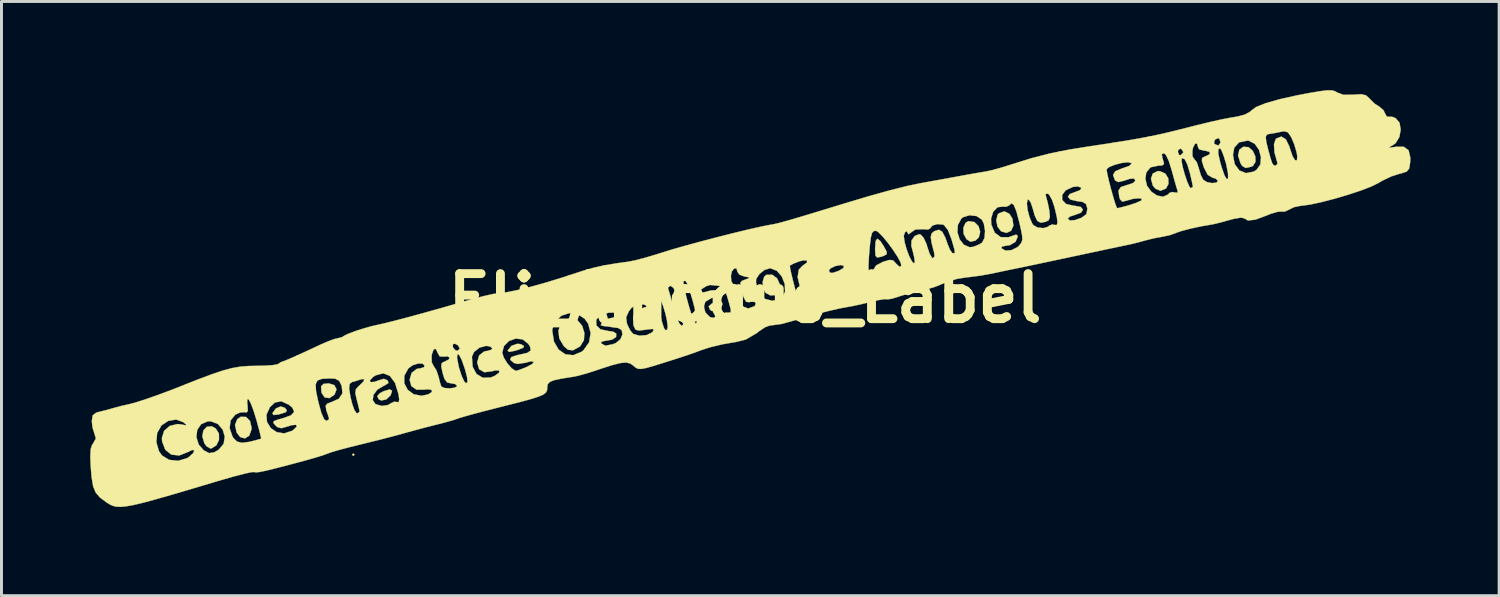
<source format=kicad_pcb>
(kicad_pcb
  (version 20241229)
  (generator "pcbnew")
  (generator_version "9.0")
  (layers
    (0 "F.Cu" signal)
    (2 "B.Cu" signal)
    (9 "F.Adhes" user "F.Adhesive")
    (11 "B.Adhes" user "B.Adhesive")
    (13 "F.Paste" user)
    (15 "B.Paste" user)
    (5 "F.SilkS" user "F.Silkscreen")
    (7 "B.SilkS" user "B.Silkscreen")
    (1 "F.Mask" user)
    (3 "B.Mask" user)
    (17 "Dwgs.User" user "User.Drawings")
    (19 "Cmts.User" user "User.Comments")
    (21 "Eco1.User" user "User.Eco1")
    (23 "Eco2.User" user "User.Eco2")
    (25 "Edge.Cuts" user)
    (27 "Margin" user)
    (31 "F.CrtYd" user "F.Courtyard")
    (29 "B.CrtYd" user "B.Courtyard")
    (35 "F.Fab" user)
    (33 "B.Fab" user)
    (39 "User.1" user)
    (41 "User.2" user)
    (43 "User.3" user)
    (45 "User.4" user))
  (footprint "Eli_Amogus_Label"
    (layer "F.Cu")
    (at 22.154 7.042)
    (property "Reference" "Eli_Amogus_Label" (at 0 0 0) (layer "F.SilkS") (effects (font (size 1.524 1.524) (thickness 0.3))))
    (attr through_hole)
    (fp_poly (pts (xy -13.208 5.292) (xy -13.25 5.334) (xy -13.293 5.292) (xy -13.25 5.249) (xy -13.208 5.292)) (stroke (width 0.01) (type solid)) (fill yes) (layer "F.SilkS"))
    (fp_poly (pts (xy -15.565 3.705) (xy -15.497 3.796) (xy -15.54 3.857) (xy -15.719 3.914) (xy -15.777 3.929) (xy -15.949 3.95) (xy -15.987 3.894) (xy -15.984 3.883) (xy -15.872 3.728) (xy -15.709 3.659) (xy -15.565 3.705)) (stroke (width 0.01) (type solid)) (fill yes) (layer "F.SilkS"))
    (fp_poly (pts (xy -13.891 2.939) (xy -13.818 3.084) (xy -13.886 3.261) (xy -14.059 3.378) (xy -14.222 3.354) (xy -14.325 3.197) (xy -14.329 3.177) (xy -14.342 2.979) (xy -14.256 2.895) (xy -14.08 2.879) (xy -13.891 2.939)) (stroke (width 0.01) (type solid)) (fill yes) (layer "F.SilkS"))
    (fp_poly (pts (xy -11.938 3.127) (xy -11.984 3.272) (xy -11.992 3.285) (xy -12.139 3.423) (xy -12.305 3.458) (xy -12.387 3.418) (xy -12.441 3.31) (xy -12.353 3.211) (xy -12.223 3.143) (xy -12.022 3.082) (xy -11.938 3.127)) (stroke (width 0.01) (type solid)) (fill yes) (layer "F.SilkS"))
    (fp_poly (pts (xy -7.577 1.555) (xy -7.473 1.616) (xy -7.511 1.678) (xy -7.701 1.752) (xy -7.783 1.776) (xy -7.972 1.814) (xy -8.027 1.777) (xy -8.023 1.759) (xy -7.895 1.604) (xy -7.693 1.538) (xy -7.577 1.555)) (stroke (width 0.01) (type solid)) (fill yes) (layer "F.SilkS"))
    (fp_poly (pts (xy -0.777 0.135) (xy -0.762 0.209) (xy -0.828 0.358) (xy -0.976 0.44) (xy -1.134 0.425) (xy -1.182 0.385) (xy -1.228 0.275) (xy -1.127 0.184) (xy -1.112 0.175) (xy -0.889 0.091) (xy -0.777 0.135)) (stroke (width 0.01) (type solid)) (fill yes) (layer "F.SilkS"))
    (fp_poly (pts (xy -16.881 4.014) (xy -16.747 4.148) (xy -16.693 4.373) (xy -16.696 4.438) (xy -16.773 4.651) (xy -16.917 4.74) (xy -17.08 4.695) (xy -17.198 4.541) (xy -17.253 4.284) (xy -17.176 4.087) (xy -17.061 4.01) (xy -16.881 4.014)) (stroke (width 0.01) (type solid)) (fill yes) (layer "F.SilkS"))
    (fp_poly (pts (xy 7.762 -2.58) (xy 7.901 -2.442) (xy 7.958 -2.251) (xy 7.913 -2.061) (xy 7.795 -1.95) (xy 7.627 -1.914) (xy 7.494 -2) (xy 7.397 -2.18) (xy 7.389 -2.386) (xy 7.463 -2.553) (xy 7.561 -2.61) (xy 7.762 -2.58)) (stroke (width 0.01) (type solid)) (fill yes) (layer "F.SilkS"))
    (fp_poly (pts (xy 8.947 -2.859) (xy 9.051 -2.69) (xy 9.082 -2.455) (xy 9.004 -2.284) (xy 8.849 -2.212) (xy 8.664 -2.267) (xy 8.544 -2.422) (xy 8.502 -2.635) (xy 8.547 -2.825) (xy 8.587 -2.873) (xy 8.774 -2.942) (xy 8.947 -2.859)) (stroke (width 0.01) (type solid)) (fill yes) (layer "F.SilkS"))
    (fp_poly (pts (xy -17.903 4.406) (xy -17.796 4.581) (xy -17.795 4.792) (xy -17.884 4.977) (xy -18.045 5.076) (xy -18.09 5.08) (xy -18.21 5.013) (xy -18.29 4.906) (xy -18.36 4.669) (xy -18.323 4.47) (xy -18.206 4.346) (xy -18.038 4.331) (xy -17.903 4.406)) (stroke (width 0.01) (type solid)) (fill yes) (layer "F.SilkS"))
    (fp_poly (pts (xy 1.087 -0.676) (xy 1.178 -0.474) (xy 1.163 -0.236) (xy 1.155 -0.212) (xy 1.038 -0.105) (xy 0.857 -0.098) (xy 0.694 -0.186) (xy 0.612 -0.352) (xy 0.599 -0.56) (xy 0.653 -0.734) (xy 0.72 -0.793) (xy 0.923 -0.797) (xy 1.087 -0.676)) (stroke (width 0.01) (type solid)) (fill yes) (layer "F.SilkS"))
    (fp_poly (pts (xy 4.58 -1.937) (xy 4.689 -1.772) (xy 4.792 -1.585) (xy 4.795 -1.489) (xy 4.685 -1.431) (xy 4.593 -1.402) (xy 4.472 -1.38) (xy 4.417 -1.44) (xy 4.403 -1.621) (xy 4.403 -1.688) (xy 4.421 -1.934) (xy 4.478 -2.017) (xy 4.58 -1.937)) (stroke (width 0.01) (type solid)) (fill yes) (layer "F.SilkS"))
    (fp_poly (pts (xy 14.037 -4.302) (xy 14.224 -4.218) (xy 14.322 -4.057) (xy 14.329 -3.871) (xy 14.246 -3.715) (xy 14.07 -3.641) (xy 14.047 -3.641) (xy 13.887 -3.709) (xy 13.799 -3.813) (xy 13.736 -4.045) (xy 13.798 -4.222) (xy 13.964 -4.303) (xy 14.037 -4.302)) (stroke (width 0.01) (type solid)) (fill yes) (layer "F.SilkS"))
    (fp_poly (pts (xy 17.038 -5.113) (xy 17.18 -4.99) (xy 17.265 -4.808) (xy 17.275 -4.62) (xy 17.186 -4.479) (xy 17.138 -4.454) (xy 16.944 -4.408) (xy 16.823 -4.477) (xy 16.767 -4.566) (xy 16.683 -4.827) (xy 16.727 -5.028) (xy 16.863 -5.127) (xy 17.038 -5.113)) (stroke (width 0.01) (type solid)) (fill yes) (layer "F.SilkS"))
    (fp_poly (pts (xy -5.66 0.75) (xy -5.507 0.932) (xy -5.432 1.173) (xy -5.449 1.419) (xy -5.573 1.62) (xy -5.607 1.646) (xy -5.822 1.761) (xy -5.987 1.741) (xy -6.129 1.619) (xy -6.28 1.363) (xy -6.312 1.099) (xy -6.235 0.869) (xy -6.062 0.716) (xy -5.876 0.677) (xy -5.66 0.75)) (stroke (width 0.01) (type solid)) (fill yes) (layer "F.SilkS"))
    (fp_poly (pts (xy 19.866 -7.035) (xy 19.977 -7) (xy 20.032 -6.965) (xy 20.25 -6.884) (xy 20.59 -6.889) (xy 20.592 -6.889) (xy 20.852 -6.905) (xy 21.01 -6.868) (xy 21.129 -6.76) (xy 21.143 -6.743) (xy 21.31 -6.58) (xy 21.45 -6.493) (xy 21.601 -6.367) (xy 21.65 -6.266) (xy 21.714 -6.15) (xy 21.767 -6.143) (xy 21.891 -6.143) (xy 22.016 -6.094) (xy 22.146 -5.94) (xy 22.185 -5.708) (xy 22.141 -5.458) (xy 22.018 -5.253) (xy 21.929 -5.185) (xy 21.801 -5.114) (xy 21.809 -5.095) (xy 21.966 -5.117) (xy 22.019 -5.126) (xy 22.292 -5.126) (xy 22.453 -5.007) (xy 22.511 -4.758) (xy 22.506 -4.602) (xy 22.474 -4.393) (xy 22.389 -4.286) (xy 22.2 -4.225) (xy 22.144 -4.213) (xy 21.87 -4.124) (xy 21.559 -3.977) (xy 21.425 -3.897) (xy 21.19 -3.781) (xy 20.835 -3.645) (xy 20.404 -3.503) (xy 19.943 -3.367) (xy 19.495 -3.251) (xy 19.108 -3.168) (xy 18.825 -3.131) (xy 18.801 -3.13) (xy 18.568 -3.081) (xy 18.428 -3.009) (xy 18.26 -2.932) (xy 18.159 -2.934) (xy 18.021 -2.926) (xy 17.795 -2.86) (xy 17.648 -2.801) (xy 17.272 -2.661) (xy 17.02 -2.632) (xy 16.894 -2.704) (xy 16.787 -2.729) (xy 16.561 -2.694) (xy 16.402 -2.652) (xy 16.119 -2.573) (xy 15.881 -2.514) (xy 15.79 -2.496) (xy 15.446 -2.437) (xy 15.096 -2.362) (xy 14.793 -2.284) (xy 14.594 -2.217) (xy 14.572 -2.206) (xy 14.379 -2.137) (xy 14.132 -2.085) (xy 14.13 -2.084) (xy 13.837 -2.03) (xy 13.547 -1.958) (xy 13.281 -1.885) (xy 13.046 -1.828) (xy 13.039 -1.827) (xy 12.892 -1.796) (xy 12.609 -1.736) (xy 12.22 -1.654) (xy 11.754 -1.555) (xy 11.243 -1.445) (xy 11.218 -1.44) (xy 10.686 -1.327) (xy 10.182 -1.22) (xy 9.74 -1.127) (xy 9.395 -1.054) (xy 9.186 -1.011) (xy 8.826 -0.937) (xy 8.443 -0.856) (xy 8.34 -0.834) (xy 7.989 -0.77) (xy 7.621 -0.721) (xy 7.515 -0.711) (xy 7.189 -0.66) (xy 6.87 -0.569) (xy 6.795 -0.539) (xy 6.557 -0.436) (xy 6.386 -0.371) (xy 6.205 -0.322) (xy 5.939 -0.264) (xy 5.927 -0.261) (xy 5.593 -0.177) (xy 5.253 -0.075) (xy 5.193 -0.054) (xy 4.972 0.014) (xy 4.826 0.037) (xy 4.801 0.031) (xy 4.704 0.03) (xy 4.493 0.066) (xy 4.247 0.123) (xy 3.931 0.201) (xy 3.646 0.262) (xy 3.497 0.289) (xy 3.224 0.339) (xy 2.85 0.424) (xy 2.432 0.53) (xy 2.033 0.641) (xy 1.778 0.72) (xy 1.243 0.868) (xy 0.828 0.925) (xy 0.677 0.982) (xy 0.474 1.117) (xy 0.405 1.174) (xy 0.028 1.396) (xy -0.296 1.476) (xy -0.752 1.555) (xy -1.18 1.657) (xy -1.515 1.766) (xy -1.566 1.787) (xy -1.713 1.842) (xy -1.981 1.934) (xy -2.331 2.049) (xy -2.666 2.155) (xy -3.065 2.28) (xy -3.337 2.357) (xy -3.512 2.39) (xy -3.623 2.384) (xy -3.704 2.342) (xy -3.767 2.287) (xy -3.878 2.207) (xy -4.015 2.173) (xy -4.209 2.19) (xy -4.489 2.26) (xy -4.887 2.388) (xy -5.038 2.44) (xy -5.353 2.541) (xy -5.642 2.62) (xy -5.8 2.653) (xy -6.197 2.716) (xy -6.455 2.771) (xy -6.603 2.83) (xy -6.671 2.905) (xy -6.689 3.008) (xy -6.689 3.017) (xy -6.695 3.109) (xy -6.73 3.185) (xy -6.814 3.253) (xy -6.969 3.322) (xy -7.216 3.402) (xy -7.577 3.501) (xy -8.073 3.627) (xy -8.297 3.684) (xy -8.743 3.797) (xy -9.14 3.902) (xy -9.455 3.989) (xy -9.654 4.048) (xy -9.694 4.063) (xy -9.863 4.12) (xy -10.134 4.197) (xy -10.414 4.269) (xy -10.802 4.367) (xy -11.242 4.485) (xy -11.557 4.572) (xy -11.905 4.667) (xy -12.347 4.782) (xy -12.812 4.898) (xy -13.039 4.953) (xy -13.422 5.048) (xy -13.757 5.138) (xy -14.001 5.21) (xy -14.097 5.245) (xy -14.256 5.304) (xy -14.528 5.389) (xy -14.859 5.483) (xy -14.944 5.506) (xy -15.499 5.654) (xy -15.914 5.761) (xy -16.208 5.833) (xy -16.405 5.874) (xy -16.525 5.889) (xy -16.591 5.884) (xy -16.608 5.876) (xy -16.708 5.885) (xy -16.939 5.936) (xy -17.271 6.022) (xy -17.672 6.136) (xy -17.84 6.185) (xy -18.664 6.431) (xy -19.343 6.632) (xy -19.892 6.789) (xy -20.329 6.908) (xy -20.669 6.99) (xy -20.93 7.038) (xy -21.128 7.057) (xy -21.279 7.049) (xy -21.4 7.017) (xy -21.507 6.964) (xy -21.608 6.9) (xy -21.824 6.739) (xy -21.966 6.575) (xy -22.053 6.363) (xy -22.104 6.061) (xy -22.133 5.712) (xy -22.149 5.348) (xy -22.137 5.111) (xy -22.091 4.963) (xy -22.046 4.9) (xy -22.03 4.869) (xy -19.914 4.869) (xy -19.826 5.173) (xy -19.724 5.318) (xy -19.481 5.466) (xy -19.177 5.498) (xy -18.879 5.411) (xy -18.815 5.372) (xy -18.668 5.238) (xy -18.631 5.147) (xy -18.701 5.13) (xy -18.835 5.197) (xy -19.138 5.318) (xy -19.408 5.289) (xy -19.612 5.125) (xy -19.719 4.846) (xy -19.727 4.724) (xy -19.719 4.699) (xy -18.56 4.699) (xy -18.48 4.95) (xy -18.31 5.144) (xy -18.128 5.238) (xy -17.948 5.208) (xy -17.799 5.118) (xy -17.636 4.919) (xy -17.6 4.677) (xy -17.671 4.44) (xy -17.708 4.397) (xy -17.435 4.397) (xy -17.336 4.681) (xy -17.304 4.731) (xy -17.184 4.848) (xy -17.018 4.889) (xy -16.764 4.856) (xy -16.51 4.791) (xy -16.389 4.755) (xy -16.368 4.748) (xy -16.382 4.67) (xy -16.433 4.469) (xy -16.509 4.186) (xy -16.525 4.128) (xy -16.583 3.939) (xy -16.19 3.939) (xy -16.17 4.185) (xy -16.043 4.391) (xy -15.839 4.53) (xy -15.59 4.57) (xy -15.325 4.484) (xy -15.277 4.452) (xy -15.161 4.336) (xy -15.188 4.28) (xy -15.34 4.294) (xy -15.478 4.338) (xy -15.681 4.395) (xy -15.813 4.363) (xy -15.888 4.299) (xy -15.959 4.211) (xy -15.933 4.153) (xy -15.784 4.098) (xy -15.635 4.059) (xy -15.36 3.96) (xy -15.252 3.843) (xy -15.31 3.703) (xy -15.428 3.603) (xy -15.684 3.484) (xy -15.903 3.526) (xy -16.072 3.684) (xy -16.19 3.939) (xy -16.583 3.939) (xy -16.628 3.792) (xy -16.721 3.55) (xy -16.793 3.417) (xy -16.836 3.41) (xy -16.84 3.543) (xy -16.83 3.623) (xy -16.819 3.81) (xy -16.866 3.866) (xy -16.917 3.854) (xy -17.075 3.862) (xy -17.242 3.937) (xy -17.403 4.133) (xy -17.435 4.397) (xy -17.708 4.397) (xy -17.833 4.253) (xy -18.066 4.163) (xy -18.173 4.163) (xy -18.399 4.259) (xy -18.531 4.453) (xy -18.56 4.699) (xy -19.719 4.699) (xy -19.653 4.486) (xy -19.461 4.318) (xy -19.2 4.254) (xy -19.072 4.268) (xy -18.915 4.298) (xy -18.907 4.271) (xy -19.008 4.189) (xy -19.245 4.102) (xy -19.515 4.149) (xy -19.742 4.302) (xy -19.887 4.557) (xy -19.914 4.869) (xy -22.03 4.869) (xy -21.961 4.741) (xy -22.007 4.585) (xy -22.074 4.373) (xy -22.098 4.156) (xy -22.069 3.962) (xy -21.95 3.869) (xy -21.865 3.846) (xy -21.608 3.782) (xy -21.364 3.713) (xy -21.093 3.64) (xy -20.864 3.59) (xy -20.636 3.531) (xy -20.291 3.421) (xy -19.866 3.272) (xy -19.401 3.099) (xy -19.092 2.978) (xy -18.923 2.91) (xy -14.526 2.91) (xy -14.511 3.143) (xy -14.435 3.505) (xy -14.332 3.879) (xy -14.238 4.091) (xy -14.16 4.149) (xy -14.073 4.094) (xy -14.076 4.043) (xy -14.166 3.782) (xy -14.185 3.634) (xy -14.126 3.559) (xy -14.021 3.523) (xy -13.742 3.402) (xy -13.618 3.214) (xy -13.634 3.058) (xy -13.393 3.058) (xy -13.346 3.34) (xy -13.287 3.577) (xy -13.214 3.78) (xy -13.138 3.889) (xy -13.12 3.895) (xy -13.041 3.844) (xy -13.039 3.831) (xy -13.06 3.716) (xy -13.113 3.506) (xy -13.133 3.433) (xy -13.183 3.208) (xy -13.162 3.074) (xy -13.06 2.963) (xy -13.047 2.953) (xy -12.904 2.813) (xy -12.894 2.778) (xy -12.691 2.778) (xy -12.665 2.839) (xy -12.522 2.825) (xy -12.412 2.783) (xy -12.217 2.724) (xy -12.093 2.775) (xy -12.091 2.776) (xy -12.059 2.864) (xy -12.177 2.941) (xy -12.203 2.951) (xy -12.439 3.092) (xy -12.57 3.269) (xy -12.592 3.445) (xy -12.501 3.581) (xy -12.293 3.64) (xy -12.276 3.641) (xy -12.081 3.612) (xy -11.977 3.55) (xy -11.862 3.497) (xy -11.793 3.509) (xy -11.714 3.514) (xy -11.697 3.419) (xy -11.723 3.24) (xy -11.835 2.875) (xy -11.526 2.875) (xy -11.411 3.095) (xy -11.207 3.247) (xy -10.94 3.298) (xy -10.717 3.251) (xy -10.589 3.168) (xy -10.605 3.099) (xy -10.741 3.077) (xy -10.841 3.091) (xy -11.112 3.092) (xy -11.288 2.969) (xy -11.345 2.758) (xy -11.278 2.523) (xy -11.101 2.388) (xy -10.99 2.371) (xy -10.862 2.332) (xy -10.837 2.286) (xy -10.902 2.211) (xy -11.056 2.207) (xy -11.239 2.264) (xy -11.385 2.368) (xy -11.526 2.621) (xy -11.526 2.875) (xy -11.835 2.875) (xy -11.838 2.863) (xy -12.014 2.626) (xy -12.236 2.537) (xy -12.493 2.606) (xy -12.578 2.66) (xy -12.691 2.778) (xy -12.894 2.778) (xy -12.881 2.733) (xy -12.981 2.737) (xy -13.018 2.751) (xy -13.215 2.815) (xy -13.293 2.833) (xy -13.375 2.896) (xy -13.393 3.058) (xy -13.634 3.058) (xy -13.644 2.962) (xy -13.729 2.791) (xy -13.863 2.721) (xy -14.042 2.711) (xy -14.306 2.724) (xy -14.462 2.781) (xy -14.526 2.91) (xy -18.923 2.91) (xy -18.499 2.743) (xy -18.032 2.568) (xy -17.659 2.443) (xy -17.35 2.361) (xy -17.077 2.313) (xy -16.807 2.291) (xy -16.561 2.286) (xy -16.231 2.279) (xy -15.967 2.26) (xy -15.815 2.232) (xy -15.797 2.223) (xy -15.689 2.154) (xy -15.677 2.152) (xy -15.561 2.111) (xy -15.317 2.007) (xy -15.187 1.949) (xy -10.602 1.949) (xy -10.596 2.167) (xy -10.532 2.293) (xy -10.44 2.435) (xy -10.367 2.651) (xy -10.367 2.652) (xy -10.316 2.857) (xy -10.273 2.983) (xy -10.272 2.985) (xy -10.17 3.034) (xy -9.997 3.047) (xy -9.828 3.026) (xy -9.738 2.973) (xy -9.737 2.963) (xy -9.809 2.899) (xy -9.938 2.879) (xy -10.077 2.848) (xy -10.167 2.726) (xy -10.228 2.53) (xy -10.275 2.308) (xy -10.262 2.197) (xy -10.178 2.146) (xy -10.153 2.139) (xy -10.02 2.068) (xy -9.991 2.012) (xy -9.998 2.007) (xy -9.741 2.007) (xy -9.692 2.274) (xy -9.669 2.366) (xy -9.583 2.633) (xy -9.495 2.818) (xy -9.431 2.879) (xy -9.386 2.826) (xy -9.405 2.656) (xy -9.473 2.398) (xy -9.582 2.086) (xy -9.64 1.975) (xy -9.238 1.975) (xy -9.214 2.315) (xy -9.083 2.56) (xy -8.87 2.688) (xy -8.6 2.679) (xy -8.461 2.622) (xy -8.314 2.511) (xy -8.319 2.441) (xy -8.459 2.442) (xy -8.553 2.469) (xy -8.816 2.502) (xy -8.992 2.401) (xy -9.059 2.179) (xy -9.059 2.166) (xy -8.992 1.93) (xy -8.87 1.837) (xy -8.213 1.837) (xy -8.162 2.002) (xy -8.04 2.2) (xy -7.892 2.37) (xy -7.762 2.454) (xy -7.748 2.455) (xy -7.646 2.426) (xy -7.452 2.352) (xy -7.393 2.327) (xy -7.192 2.22) (xy -7.145 2.147) (xy -7.244 2.133) (xy -7.432 2.182) (xy -7.693 2.222) (xy -7.817 2.188) (xy -7.945 2.079) (xy -7.906 1.99) (xy -7.698 1.92) (xy -7.62 1.905) (xy -7.36 1.845) (xy -7.249 1.765) (xy -7.268 1.641) (xy -7.332 1.538) (xy -7.522 1.389) (xy -7.756 1.363) (xy -7.983 1.444) (xy -8.152 1.614) (xy -8.213 1.837) (xy -8.87 1.837) (xy -8.815 1.795) (xy -8.704 1.778) (xy -8.576 1.739) (xy -8.551 1.693) (xy -8.624 1.629) (xy -8.757 1.609) (xy -8.981 1.669) (xy -9.164 1.815) (xy -9.238 1.975) (xy -9.64 1.975) (xy -9.672 1.915) (xy -9.729 1.888) (xy -9.741 2.007) (xy -9.998 2.007) (xy -10.058 1.964) (xy -10.169 1.974) (xy -10.326 1.967) (xy -10.391 1.857) (xy -10.459 1.712) (xy -10.532 1.727) (xy -10.592 1.894) (xy -10.602 1.949) (xy -15.187 1.949) (xy -14.968 1.85) (xy -14.539 1.651) (xy -9.884 1.651) (xy -9.803 1.752) (xy -9.732 1.778) (xy -9.654 1.714) (xy -9.652 1.698) (xy -9.708 1.591) (xy -9.819 1.535) (xy -9.878 1.552) (xy -9.884 1.651) (xy -14.539 1.651) (xy -14.538 1.651) (xy -14.376 1.574) (xy -14.107 1.457) (xy -13.889 1.377) (xy -13.788 1.355) (xy -13.622 1.309) (xy -13.585 1.282) (xy -13.457 1.215) (xy -13.22 1.124) (xy -13.165 1.106) (xy -6.519 1.106) (xy -6.461 1.467) (xy -6.304 1.736) (xy -6.077 1.894) (xy -5.81 1.925) (xy -5.532 1.811) (xy -5.463 1.757) (xy -5.274 1.491) (xy -5.22 1.174) (xy -5.305 0.858) (xy -5.392 0.736) (xy -5.032 0.736) (xy -5.027 0.916) (xy -4.889 1.049) (xy -4.652 1.101) (xy -4.651 1.101) (xy -4.457 1.131) (xy -4.354 1.195) (xy -4.36 1.309) (xy -4.494 1.399) (xy -4.715 1.438) (xy -4.725 1.438) (xy -4.856 1.469) (xy -4.868 1.524) (xy -4.725 1.603) (xy -4.473 1.555) (xy -4.364 1.51) (xy -4.212 1.385) (xy -4.145 1.221) (xy -4.171 1.075) (xy -4.296 1.003) (xy -4.297 1.003) (xy -4.473 0.981) (xy -4.53 0.971) (xy -4.682 0.949) (xy -4.773 0.941) (xy -4.88 0.912) (xy -4.839 0.821) (xy -4.826 0.804) (xy -4.662 0.696) (xy -4.567 0.677) (xy -4.445 0.648) (xy -4.021 0.648) (xy -3.991 0.857) (xy -3.976 0.897) (xy -3.879 1.091) (xy -3.784 1.203) (xy -3.573 1.265) (xy -3.33 1.246) (xy -3.144 1.155) (xy -3.13 1.14) (xy -3.082 1.062) (xy -3.136 1.037) (xy -3.323 1.058) (xy -3.37 1.065) (xy -3.592 1.092) (xy -3.704 1.06) (xy -3.76 0.945) (xy -3.776 0.886) (xy -3.781 0.606) (xy -3.641 0.411) (xy -3.463 0.331) (xy -3.33 0.285) (xy -3.35 0.242) (xy -3.408 0.214) (xy -3.635 0.19) (xy -3.842 0.328) (xy -3.934 0.45) (xy -4.021 0.648) (xy -4.445 0.648) (xy -4.417 0.641) (xy -4.353 0.563) (xy -4.411 0.49) (xy -4.423 0.486) (xy -4.61 0.486) (xy -4.829 0.562) (xy -4.996 0.681) (xy -5.032 0.736) (xy -5.392 0.736) (xy -5.422 0.693) (xy -5.668 0.533) (xy -5.946 0.503) (xy -6.209 0.589) (xy -6.414 0.772) (xy -6.515 1.036) (xy -6.519 1.106) (xy -13.165 1.106) (xy -12.928 1.028) (xy -12.636 0.945) (xy -12.446 0.902) (xy -12.196 0.846) (xy -11.818 0.751) (xy -11.347 0.627) (xy -10.818 0.482) (xy -10.264 0.327) (xy -9.721 0.17) (xy -9.602 0.134) (xy -9.296 0.047) (xy -2.953 0.047) (xy -2.95 0.205) (xy -2.888 0.494) (xy -2.874 0.55) (xy -2.793 0.848) (xy -2.737 1.013) (xy -2.692 1.076) (xy -2.643 1.069) (xy -2.634 1.064) (xy -2.613 0.962) (xy -2.64 0.744) (xy -2.694 0.508) (xy -2.775 0.244) (xy -2.849 0.06) (xy -2.897 0) (xy -2.953 0.047) (xy -9.296 0.047) (xy -9.191 0.017) (xy -8.82 -0.079) (xy -8.531 -0.144) (xy -8.362 -0.169) (xy -8.359 -0.169) (xy -8.102 -0.197) (xy -8.101 -0.197) (xy -3.097 -0.197) (xy -3.029 -0.105) (xy -2.958 -0.085) (xy -2.88 -0.141) (xy -2.879 -0.155) (xy -2.934 -0.278) (xy -3.049 -0.295) (xy -3.061 -0.288) (xy -3.097 -0.197) (xy -8.101 -0.197) (xy -7.72 -0.273) (xy -7.332 -0.368) (xy -2.602 -0.368) (xy -2.597 -0.318) (xy -2.555 -0.186) (xy -2.485 0.056) (xy -2.402 0.358) (xy -2.402 0.36) (xy -2.312 0.643) (xy -2.221 0.847) (xy -2.148 0.931) (xy -2.144 0.931) (xy -2.092 0.891) (xy -2.105 0.75) (xy -2.167 0.529) (xy -2.254 0.226) (xy -2.325 -0.062) (xy -2.343 -0.148) (xy -2.413 -0.346) (xy -2.515 -0.423) (xy -2.516 -0.423) (xy -2.602 -0.368) (xy -7.332 -0.368) (xy -7.245 -0.39) (xy -6.709 -0.539) (xy -6.601 -0.573) (xy -2.08 -0.573) (xy -2.078 -0.479) (xy -2.036 -0.271) (xy -1.969 0.004) (xy -1.887 0.298) (xy -1.805 0.563) (xy -1.734 0.754) (xy -1.711 0.8) (xy -1.651 0.858) (xy -1.631 0.778) (xy -1.651 0.585) (xy -1.709 0.306) (xy -1.769 0.078) (xy -1.857 -0.223) (xy -1.518 -0.223) (xy -1.435 -0.195) (xy -1.333 -0.216) (xy -1.165 -0.262) (xy -1.05 -0.272) (xy -0.953 -0.264) (xy -0.851 -0.22) (xy -0.891 -0.138) (xy -1.06 -0.042) (xy -1.1 -0.026) (xy -1.336 0.115) (xy -1.413 0.291) (xy -1.328 0.49) (xy -1.309 0.511) (xy -1.182 0.637) (xy -1.074 0.661) (xy -0.912 0.59) (xy -0.851 0.556) (xy -0.662 0.485) (xy -0.535 0.483) (xy -0.48 0.474) (xy -0.484 0.363) (xy -0.548 0.122) (xy -0.551 0.114) (xy -0.622 -0.124) (xy -0.668 -0.283) (xy -0.676 -0.32) (xy -0.746 -0.363) (xy -0.889 -0.423) (xy -1.181 -0.451) (xy -1.313 -0.408) (xy -1.475 -0.305) (xy -1.518 -0.223) (xy -1.857 -0.223) (xy -1.873 -0.276) (xy -1.949 -0.489) (xy -2.008 -0.585) (xy -2.061 -0.589) (xy -2.08 -0.573) (xy -6.601 -0.573) (xy -6.147 -0.712) (xy -5.997 -0.762) (xy -0.475 -0.762) (xy -0.463 -0.584) (xy -0.421 -0.508) (xy -0.42 -0.508) (xy -0.355 -0.436) (xy -0.305 -0.3) (xy -0.187 0.07) (xy -0.053 0.282) (xy 0.11 0.345) (xy 0.313 0.271) (xy 0.327 0.263) (xy 0.384 0.18) (xy 0.32 0.121) (xy 0.182 0.121) (xy 0.141 0.134) (xy 0.038 0.118) (xy -0.046 -0.036) (xy -0.078 -0.141) (xy -0.144 -0.389) (xy -0.155 -0.522) (xy -0.144 -0.537) (xy 0.374 -0.537) (xy 0.419 -0.351) (xy 0.423 -0.295) (xy 0.497 -0.112) (xy 0.679 0.02) (xy 0.912 0.082) (xy 1.139 0.056) (xy 1.253 -0.017) (xy 1.356 -0.225) (xy 1.347 -0.483) (xy 1.247 -0.736) (xy 1.079 -0.931) (xy 0.863 -1.016) (xy 0.847 -1.016) (xy 0.66 -0.958) (xy 0.488 -0.82) (xy 0.38 -0.654) (xy 0.374 -0.537) (xy -0.144 -0.537) (xy -0.103 -0.589) (xy 0.021 -0.637) (xy 0.145 -0.685) (xy 0.119 -0.713) (xy -0.021 -0.737) (xy -0.191 -0.802) (xy -0.254 -0.895) (xy -0.289 -1.013) (xy -0.366 -1.009) (xy -0.442 -0.91) (xy -0.475 -0.762) (xy -5.997 -0.762) (xy -5.927 -0.785) (xy -5.482 -0.93) (xy -5.118 -1.034) (xy -4.821 -1.101) (xy 1.518 -1.101) (xy 1.531 -1.003) (xy 1.575 -0.8) (xy 1.636 -0.552) (xy 1.699 -0.315) (xy 1.739 -0.185) (xy 1.819 -0.114) (xy 1.859 -0.125) (xy 1.897 -0.243) (xy 1.859 -0.39) (xy 1.782 -0.719) (xy 1.816 -0.928) (xy 2.839 -0.928) (xy 2.841 -0.923) (xy 2.89 -0.862) (xy 2.967 -0.859) (xy 3.13 -0.914) (xy 3.175 -0.931) (xy 3.333 -1.023) (xy 3.342 -1.076) (xy 4.178 -1.076) (xy 4.188 -0.849) (xy 4.223 -0.762) (xy 4.225 -0.762) (xy 4.3 -0.834) (xy 4.333 -0.944) (xy 4.437 -1.113) (xy 4.676 -1.236) (xy 4.888 -1.298) (xy 5.008 -1.286) (xy 5.101 -1.19) (xy 5.112 -1.174) (xy 5.225 -1.068) (xy 5.289 -1.096) (xy 5.269 -1.204) (xy 5.166 -1.399) (xy 5.008 -1.64) (xy 4.825 -1.89) (xy 4.645 -2.106) (xy 4.64 -2.111) (xy 5.372 -2.111) (xy 5.404 -1.89) (xy 5.469 -1.661) (xy 5.563 -1.409) (xy 5.653 -1.243) (xy 5.72 -1.179) (xy 5.748 -1.233) (xy 5.72 -1.418) (xy 5.665 -1.64) (xy 5.626 -1.782) (xy 5.638 -1.96) (xy 5.743 -2.108) (xy 5.891 -2.168) (xy 5.941 -2.158) (xy 6.044 -2.049) (xy 6.142 -1.837) (xy 6.173 -1.73) (xy 6.248 -1.506) (xy 6.329 -1.372) (xy 6.361 -1.355) (xy 6.416 -1.422) (xy 6.4 -1.545) (xy 6.315 -1.869) (xy 6.286 -2.072) (xy 6.314 -2.192) (xy 6.4 -2.267) (xy 6.417 -2.276) (xy 6.561 -2.319) (xy 6.673 -2.253) (xy 6.777 -2.058) (xy 6.854 -1.841) (xy 6.936 -1.64) (xy 7.016 -1.531) (xy 7.034 -1.524) (xy 7.085 -1.527) (xy 7.103 -1.56) (xy 7.084 -1.663) (xy 7.024 -1.874) (xy 6.983 -2.011) (xy 6.896 -2.233) (xy 7.189 -2.233) (xy 7.263 -1.995) (xy 7.407 -1.812) (xy 7.601 -1.728) (xy 7.73 -1.742) (xy 7.928 -1.824) (xy 8.022 -1.883) (xy 8.104 -2.04) (xy 8.123 -2.278) (xy 8.082 -2.524) (xy 8.016 -2.661) (xy 7.965 -2.695) (xy 8.326 -2.695) (xy 8.334 -2.497) (xy 8.451 -2.219) (xy 8.655 -2.069) (xy 8.917 -2.065) (xy 9.017 -2.101) (xy 9.173 -2.155) (xy 9.227 -2.115) (xy 9.229 -2.089) (xy 9.154 -1.911) (xy 8.964 -1.798) (xy 8.826 -1.778) (xy 8.692 -1.749) (xy 8.678 -1.693) (xy 8.813 -1.615) (xy 9.015 -1.629) (xy 9.214 -1.726) (xy 9.273 -1.78) (xy 9.349 -1.876) (xy 9.384 -1.977) (xy 9.376 -2.128) (xy 9.328 -2.372) (xy 9.279 -2.584) (xy 9.182 -2.947) (xy 9.098 -3.153) (xy 9.027 -3.208) (xy 9.537 -3.208) (xy 9.563 -2.991) (xy 9.627 -2.746) (xy 9.715 -2.538) (xy 9.756 -2.477) (xy 9.901 -2.394) (xy 10.097 -2.374) (xy 10.255 -2.421) (xy 10.285 -2.452) (xy 10.395 -2.498) (xy 10.459 -2.485) (xy 10.545 -2.477) (xy 10.575 -2.556) (xy 10.552 -2.747) (xy 10.475 -3.074) (xy 10.472 -3.085) (xy 10.389 -3.331) (xy 10.299 -3.494) (xy 10.731 -3.494) (xy 10.736 -3.326) (xy 10.866 -3.191) (xy 11.118 -3.133) (xy 11.137 -3.133) (xy 11.358 -3.093) (xy 11.436 -3.001) (xy 11.368 -2.896) (xy 11.176 -2.824) (xy 10.998 -2.767) (xy 10.922 -2.7) (xy 10.922 -2.699) (xy 10.99 -2.632) (xy 11.167 -2.646) (xy 11.388 -2.725) (xy 11.552 -2.846) (xy 11.584 -3.028) (xy 11.582 -3.042) (xy 11.539 -3.19) (xy 11.419 -3.261) (xy 11.239 -3.286) (xy 11.01 -3.34) (xy 10.925 -3.431) (xy 10.991 -3.529) (xy 11.177 -3.598) (xy 11.337 -3.66) (xy 11.382 -3.734) (xy 11.379 -3.739) (xy 11.268 -3.784) (xy 11.103 -3.77) (xy 10.853 -3.656) (xy 10.731 -3.494) (xy 10.299 -3.494) (xy 10.296 -3.5) (xy 10.248 -3.541) (xy 10.171 -3.527) (xy 10.189 -3.433) (xy 10.239 -3.254) (xy 10.29 -3.005) (xy 10.297 -2.965) (xy 10.317 -2.747) (xy 10.274 -2.637) (xy 10.17 -2.586) (xy 10.003 -2.557) (xy 9.89 -2.619) (xy 9.803 -2.801) (xy 9.743 -3.017) (xy 9.666 -3.249) (xy 9.594 -3.343) (xy 9.565 -3.333) (xy 9.537 -3.208) (xy 9.027 -3.208) (xy 9.018 -3.214) (xy 8.937 -3.141) (xy 8.827 -3.094) (xy 8.738 -3.103) (xy 8.545 -3.08) (xy 8.399 -2.93) (xy 8.326 -2.695) (xy 7.965 -2.695) (xy 7.837 -2.781) (xy 7.596 -2.809) (xy 7.376 -2.742) (xy 7.323 -2.699) (xy 7.203 -2.482) (xy 7.189 -2.233) (xy 6.896 -2.233) (xy 6.867 -2.308) (xy 6.738 -2.474) (xy 6.699 -2.494) (xy 6.509 -2.51) (xy 6.341 -2.46) (xy 6.265 -2.366) (xy 6.265 -2.364) (xy 6.194 -2.326) (xy 6.025 -2.338) (xy 5.765 -2.326) (xy 5.644 -2.245) (xy 5.534 -2.164) (xy 5.503 -2.212) (xy 5.474 -2.274) (xy 5.411 -2.228) (xy 5.372 -2.111) (xy 4.64 -2.111) (xy 4.498 -2.25) (xy 4.426 -2.286) (xy 4.351 -2.271) (xy 4.298 -2.205) (xy 4.259 -2.059) (xy 4.228 -1.803) (xy 4.195 -1.418) (xy 4.178 -1.076) (xy 3.342 -1.076) (xy 3.345 -1.098) (xy 3.236 -1.126) (xy 3.046 -1.087) (xy 2.887 -1.006) (xy 2.839 -0.928) (xy 1.816 -0.928) (xy 1.823 -0.97) (xy 1.947 -1.101) (xy 2.098 -1.21) (xy 2.098 -1.278) (xy 1.966 -1.283) (xy 1.824 -1.244) (xy 1.629 -1.168) (xy 1.524 -1.108) (xy 1.518 -1.101) (xy -4.821 -1.101) (xy -4.77 -1.112) (xy -4.375 -1.179) (xy -3.937 -1.24) (xy -3.703 -1.287) (xy -3.368 -1.375) (xy -2.989 -1.488) (xy -2.836 -1.537) (xy -2.489 -1.645) (xy -2.034 -1.775) (xy -1.509 -1.918) (xy -0.952 -2.064) (xy -0.402 -2.203) (xy 0.105 -2.326) (xy 0.529 -2.422) (xy 0.833 -2.483) (xy 0.86 -2.487) (xy 0.978 -2.509) (xy 1.122 -2.541) (xy 1.311 -2.591) (xy 1.569 -2.664) (xy 1.914 -2.766) (xy 2.37 -2.904) (xy 2.957 -3.083) (xy 3.26 -3.176) (xy 4.15 -3.443) (xy 4.891 -3.65) (xy 5.493 -3.801) (xy 5.932 -3.892) (xy 6.29 -3.957) (xy 6.726 -4.036) (xy 7.152 -4.114) (xy 7.192 -4.122) (xy 7.557 -4.188) (xy 7.887 -4.246) (xy 8.125 -4.286) (xy 8.166 -4.293) (xy 8.377 -4.339) (xy 8.44 -4.357) (xy 12.235 -4.357) (xy 12.257 -4.217) (xy 12.31 -3.984) (xy 12.382 -3.705) (xy 12.46 -3.427) (xy 12.53 -3.197) (xy 12.581 -3.064) (xy 12.593 -3.048) (xy 12.695 -3.069) (xy 12.898 -3.122) (xy 12.987 -3.147) (xy 13.222 -3.224) (xy 13.388 -3.298) (xy 13.415 -3.316) (xy 13.422 -3.369) (xy 13.312 -3.385) (xy 13.133 -3.365) (xy 12.933 -3.31) (xy 12.925 -3.307) (xy 12.766 -3.27) (xy 12.689 -3.35) (xy 12.663 -3.438) (xy 12.638 -3.647) (xy 12.719 -3.765) (xy 12.937 -3.836) (xy 12.952 -3.839) (xy 13.131 -3.9) (xy 13.208 -3.975) (xy 13.208 -3.977) (xy 13.172 -4.043) (xy 13.547 -4.043) (xy 13.604 -3.804) (xy 13.75 -3.607) (xy 13.944 -3.477) (xy 14.146 -3.437) (xy 14.315 -3.511) (xy 14.355 -3.563) (xy 14.459 -3.597) (xy 14.538 -3.58) (xy 14.638 -3.573) (xy 14.633 -3.647) (xy 14.59 -3.786) (xy 14.519 -4.035) (xy 14.436 -4.339) (xy 14.344 -4.63) (xy 14.773 -4.63) (xy 14.813 -4.429) (xy 14.881 -4.184) (xy 14.961 -3.949) (xy 15.036 -3.778) (xy 15.082 -3.725) (xy 15.155 -3.767) (xy 15.155 -3.773) (xy 15.137 -3.876) (xy 15.09 -4.085) (xy 15.059 -4.217) (xy 14.965 -4.535) (xy 14.871 -4.713) (xy 14.787 -4.738) (xy 14.778 -4.73) (xy 14.773 -4.63) (xy 14.344 -4.63) (xy 14.338 -4.65) (xy 14.242 -4.85) (xy 14.171 -4.911) (xy 14.102 -4.871) (xy 14.129 -4.727) (xy 14.139 -4.699) (xy 14.18 -4.547) (xy 14.112 -4.493) (xy 13.985 -4.487) (xy 13.721 -4.431) (xy 13.578 -4.257) (xy 13.547 -4.043) (xy 13.172 -4.043) (xy 13.166 -4.053) (xy 13.024 -4.044) (xy 12.818 -3.976) (xy 12.628 -3.931) (xy 12.525 -3.987) (xy 12.518 -3.997) (xy 12.453 -4.172) (xy 12.527 -4.297) (xy 12.755 -4.394) (xy 12.795 -4.406) (xy 13.006 -4.482) (xy 13.078 -4.556) (xy 13.067 -4.578) (xy 12.949 -4.603) (xy 12.745 -4.578) (xy 12.518 -4.519) (xy 12.328 -4.443) (xy 12.237 -4.366) (xy 12.235 -4.357) (xy 8.44 -4.357) (xy 8.681 -4.424) (xy 9.014 -4.528) (xy 9.017 -4.529) (xy 9.687 -4.738) (xy 10.312 -4.899) (xy 10.58 -4.953) (xy 14.647 -4.953) (xy 14.69 -4.848) (xy 14.738 -4.842) (xy 14.826 -4.93) (xy 14.829 -4.953) (xy 14.799 -4.999) (xy 15.138 -4.999) (xy 15.141 -4.801) (xy 15.201 -4.71) (xy 15.285 -4.607) (xy 15.352 -4.411) (xy 15.355 -4.397) (xy 15.422 -4.17) (xy 15.505 -4.009) (xy 15.505 -4.009) (xy 15.634 -3.93) (xy 15.807 -3.897) (xy 15.952 -3.915) (xy 16.002 -3.973) (xy 15.93 -4.047) (xy 15.82 -4.079) (xy 15.654 -4.179) (xy 15.525 -4.431) (xy 15.525 -4.432) (xy 15.46 -4.642) (xy 15.465 -4.745) (xy 15.547 -4.793) (xy 15.58 -4.802) (xy 15.728 -4.876) (xy 15.72 -4.953) (xy 15.567 -4.995) (xy 15.536 -4.995) (xy 15.385 -5.035) (xy 16.013 -5.035) (xy 16.015 -4.884) (xy 16.078 -4.608) (xy 16.133 -4.416) (xy 16.23 -4.143) (xy 16.305 -4.028) (xy 16.346 -4.059) (xy 16.343 -4.224) (xy 16.287 -4.512) (xy 16.272 -4.572) (xy 16.191 -4.836) (xy 16.185 -4.851) (xy 16.51 -4.851) (xy 16.57 -4.538) (xy 16.727 -4.326) (xy 16.951 -4.235) (xy 17.209 -4.285) (xy 17.311 -4.348) (xy 17.438 -4.531) (xy 17.458 -4.775) (xy 17.389 -5.025) (xy 17.246 -5.228) (xy 17.047 -5.33) (xy 16.999 -5.334) (xy 16.716 -5.275) (xy 16.554 -5.096) (xy 16.51 -4.851) (xy 16.185 -4.851) (xy 16.116 -5.02) (xy 16.069 -5.08) (xy 16.013 -5.035) (xy 15.385 -5.035) (xy 15.366 -5.039) (xy 15.325 -5.122) (xy 15.295 -5.242) (xy 15.23 -5.231) (xy 15.164 -5.11) (xy 15.138 -4.999) (xy 14.799 -4.999) (xy 14.763 -5.052) (xy 14.738 -5.064) (xy 14.661 -5.023) (xy 14.647 -4.953) (xy 10.58 -4.953) (xy 10.97 -5.031) (xy 11.557 -5.126) (xy 12.282 -5.235) (xy 12.4 -5.254) (xy 15.87 -5.254) (xy 15.891 -5.219) (xy 16.014 -5.167) (xy 16.084 -5.258) (xy 16.087 -5.292) (xy 16.044 -5.404) (xy 16.007 -5.419) (xy 15.896 -5.363) (xy 15.87 -5.254) (xy 12.4 -5.254) (xy 12.871 -5.329) (xy 13.358 -5.412) (xy 13.603 -5.459) (xy 17.619 -5.459) (xy 17.639 -5.288) (xy 17.7 -5.038) (xy 17.78 -4.745) (xy 17.835 -4.579) (xy 17.884 -4.506) (xy 17.943 -4.488) (xy 17.956 -4.487) (xy 18.016 -4.548) (xy 18.006 -4.608) (xy 17.915 -4.931) (xy 17.898 -5.206) (xy 17.957 -5.386) (xy 17.974 -5.404) (xy 18.149 -5.472) (xy 18.301 -5.378) (xy 18.422 -5.129) (xy 18.45 -5.032) (xy 18.53 -4.798) (xy 18.612 -4.672) (xy 18.673 -4.667) (xy 18.688 -4.792) (xy 18.666 -4.932) (xy 18.582 -5.214) (xy 18.483 -5.448) (xy 18.371 -5.614) (xy 18.238 -5.652) (xy 18.133 -5.633) (xy 17.906 -5.586) (xy 17.759 -5.564) (xy 17.658 -5.539) (xy 17.619 -5.459) (xy 13.603 -5.459) (xy 13.776 -5.492) (xy 14.157 -5.575) (xy 14.533 -5.665) (xy 14.69 -5.705) (xy 15.287 -5.857) (xy 15.756 -5.97) (xy 16.133 -6.054) (xy 16.452 -6.115) (xy 16.661 -6.149) (xy 16.911 -6.215) (xy 17.094 -6.315) (xy 17.127 -6.349) (xy 17.291 -6.47) (xy 17.612 -6.599) (xy 18.08 -6.733) (xy 18.681 -6.867) (xy 19.058 -6.939) (xy 19.444 -7.005) (xy 19.701 -7.037) (xy 19.866 -7.035)) (stroke (width 0.01) (type solid)) (fill yes) (layer "F.SilkS")))
  (gr_rect
    (start -3 -3)
    (end 47.67 17.104)
    (stroke (width 0.1) (type default))
    (fill no)
    (layer "Edge.Cuts")))
</source>
